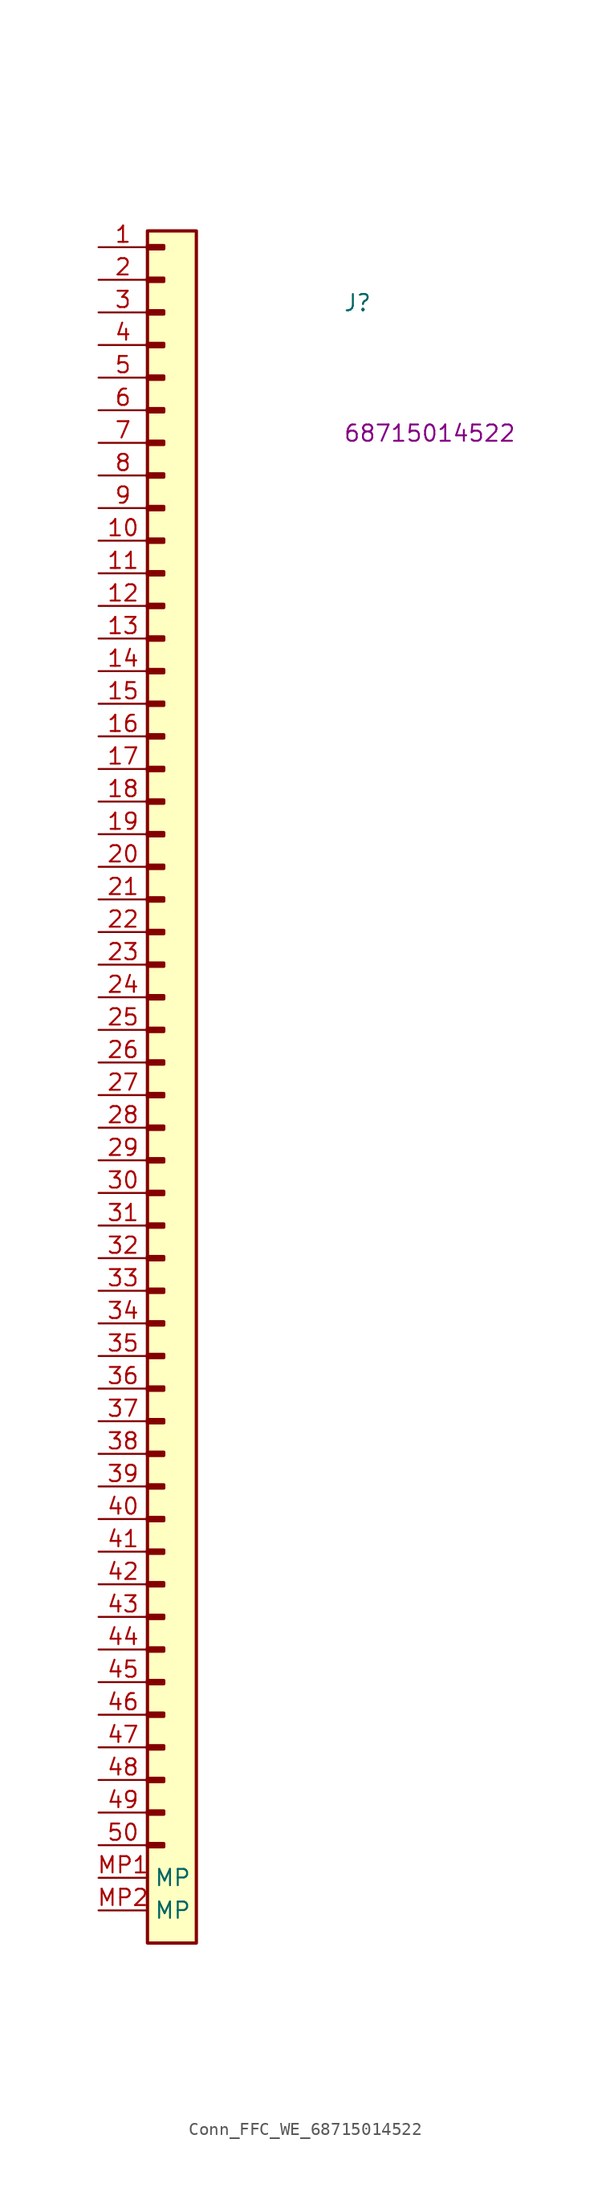
<source format=kicad_sym>
(kicad_symbol_lib
  (version 20220914)
  (generator kicad_symbol_editor)
  (symbol "Conn_FFC_WE_68715014522"
    (property "Reference" "J"
      (at 19.05 -5.08 0)
      (effects (font (size 1.27 1.27) (thickness 0.15)) (justify left bottom)))
    (property "MPN" "68715014522"
      (at 19.05 -15.24 0)
      (effects (font (size 1.27 1.27) (thickness 0.15)) (justify left bottom)))
    (symbol "Conn_FFC_WE_68715014522_1_1"
      (rectangle (start 3.81 -124.333) (end 5.08 -124.587) (stroke (width 0.254) (type default)) (fill (type background)))
      (rectangle (start 3.81 -121.793) (end 5.08 -122.047) (stroke (width 0.254) (type default)) (fill (type background)))
      (rectangle (start 3.81 -119.253) (end 5.08 -119.507) (stroke (width 0.254) (type default)) (fill (type background)))
      (rectangle (start 3.81 -116.713) (end 5.08 -116.967) (stroke (width 0.254) (type default)) (fill (type background)))
      (rectangle (start 3.81 -114.173) (end 5.08 -114.427) (stroke (width 0.254) (type default)) (fill (type background)))
      (rectangle (start 3.81 -111.633) (end 5.08 -111.887) (stroke (width 0.254) (type default)) (fill (type background)))
      (rectangle (start 3.81 -109.093) (end 5.08 -109.347) (stroke (width 0.254) (type default)) (fill (type background)))
      (rectangle (start 3.81 -106.553) (end 5.08 -106.807) (stroke (width 0.254) (type default)) (fill (type background)))
      (rectangle (start 3.81 -104.013) (end 5.08 -104.267) (stroke (width 0.254) (type default)) (fill (type background)))
      (rectangle (start 3.81 -101.473) (end 5.08 -101.727) (stroke (width 0.254) (type default)) (fill (type background)))
      (rectangle (start 3.81 -98.933) (end 5.08 -99.187) (stroke (width 0.254) (type default)) (fill (type background)))
      (rectangle (start 3.81 -96.393) (end 5.08 -96.647) (stroke (width 0.254) (type default)) (fill (type background)))
      (rectangle (start 3.81 -93.853) (end 5.08 -94.107) (stroke (width 0.254) (type default)) (fill (type background)))
      (rectangle (start 3.81 -91.313) (end 5.08 -91.567) (stroke (width 0.254) (type default)) (fill (type background)))
      (rectangle (start 3.81 -88.773) (end 5.08 -89.027) (stroke (width 0.254) (type default)) (fill (type background)))
      (rectangle (start 3.81 -86.233) (end 5.08 -86.487) (stroke (width 0.254) (type default)) (fill (type background)))
      (rectangle (start 3.81 -83.693) (end 5.08 -83.947) (stroke (width 0.254) (type default)) (fill (type background)))
      (rectangle (start 3.81 -81.153) (end 5.08 -81.407) (stroke (width 0.254) (type default)) (fill (type background)))
      (rectangle (start 3.81 -78.613) (end 5.08 -78.867) (stroke (width 0.254) (type default)) (fill (type background)))
      (rectangle (start 3.81 -76.073) (end 5.08 -76.327) (stroke (width 0.254) (type default)) (fill (type background)))
      (rectangle (start 3.81 -73.533) (end 5.08 -73.787) (stroke (width 0.254) (type default)) (fill (type background)))
      (rectangle (start 3.81 -70.993) (end 5.08 -71.247) (stroke (width 0.254) (type default)) (fill (type background)))
      (rectangle (start 3.81 -68.453) (end 5.08 -68.707) (stroke (width 0.254) (type default)) (fill (type background)))
      (rectangle (start 3.81 -65.913) (end 5.08 -66.167) (stroke (width 0.254) (type default)) (fill (type background)))
      (rectangle (start 3.81 -63.373) (end 5.08 -63.627) (stroke (width 0.254) (type default)) (fill (type background)))
      (rectangle (start 3.81 -60.833) (end 5.08 -61.087) (stroke (width 0.254) (type default)) (fill (type background)))
      (rectangle (start 3.81 -58.293) (end 5.08 -58.547) (stroke (width 0.254) (type default)) (fill (type background)))
      (rectangle (start 3.81 -55.753) (end 5.08 -56.007) (stroke (width 0.254) (type default)) (fill (type background)))
      (rectangle (start 3.81 -53.213) (end 5.08 -53.467) (stroke (width 0.254) (type default)) (fill (type background)))
      (rectangle (start 3.81 -50.673) (end 5.08 -50.927) (stroke (width 0.254) (type default)) (fill (type background)))
      (rectangle (start 3.81 -48.133) (end 5.08 -48.387) (stroke (width 0.254) (type default)) (fill (type background)))
      (rectangle (start 3.81 -45.593) (end 5.08 -45.847) (stroke (width 0.254) (type default)) (fill (type background)))
      (rectangle (start 3.81 -43.053) (end 5.08 -43.307) (stroke (width 0.254) (type default)) (fill (type background)))
      (rectangle (start 3.81 -40.513) (end 5.08 -40.767) (stroke (width 0.254) (type default)) (fill (type background)))
      (rectangle (start 3.81 -37.973) (end 5.08 -38.227) (stroke (width 0.254) (type default)) (fill (type background)))
      (rectangle (start 3.81 -35.433) (end 5.08 -35.687) (stroke (width 0.254) (type default)) (fill (type background)))
      (rectangle (start 3.81 -32.893) (end 5.08 -33.147) (stroke (width 0.254) (type default)) (fill (type background)))
      (rectangle (start 3.81 -30.353) (end 5.08 -30.607) (stroke (width 0.254) (type default)) (fill (type background)))
      (rectangle (start 3.81 -27.813) (end 5.08 -28.067) (stroke (width 0.254) (type default)) (fill (type background)))
      (rectangle (start 3.81 -25.273) (end 5.08 -25.527) (stroke (width 0.254) (type default)) (fill (type background)))
      (rectangle (start 3.81 -22.733) (end 5.08 -22.987) (stroke (width 0.254) (type default)) (fill (type background)))
      (rectangle (start 3.81 -20.193) (end 5.08 -20.447) (stroke (width 0.254) (type default)) (fill (type background)))
      (rectangle (start 3.81 -17.653) (end 5.08 -17.907) (stroke (width 0.254) (type default)) (fill (type background)))
      (rectangle (start 3.81 -15.113) (end 5.08 -15.367) (stroke (width 0.254) (type default)) (fill (type background)))
      (rectangle (start 3.81 -12.573) (end 5.08 -12.827) (stroke (width 0.254) (type default)) (fill (type background)))
      (rectangle (start 3.81 -10.033) (end 5.08 -10.287) (stroke (width 0.254) (type default)) (fill (type background)))
      (rectangle (start 3.81 -7.493) (end 5.08 -7.747) (stroke (width 0.254) (type default)) (fill (type background)))
      (rectangle (start 3.81 -4.953) (end 5.08 -5.207) (stroke (width 0.254) (type default)) (fill (type background)))
      (rectangle (start 3.81 -2.413) (end 5.08 -2.667) (stroke (width 0.254) (type default)) (fill (type background)))
      (rectangle (start 3.81 0.127) (end 5.08 -0.127) (stroke (width 0.254) (type default)) (fill (type background)))
      (rectangle (start 3.81 1.27) (end 7.62 -132.08) (stroke (width 0.254) (type default)) (fill (type background)))
      (pin passive line (at 0 0 0) (length 3.81) (name "~" (effects (font (size 1.27 1.27)))) (number "1" (effects (font (size 1.27 1.27)))))
      (pin passive line (at 0 -22.86 0) (length 3.81) (name "~" (effects (font (size 1.27 1.27)))) (number "10" (effects (font (size 1.27 1.27)))))
      (pin passive line (at 0 -25.4 0) (length 3.81) (name "~" (effects (font (size 1.27 1.27)))) (number "11" (effects (font (size 1.27 1.27)))))
      (pin passive line (at 0 -27.94 0) (length 3.81) (name "~" (effects (font (size 1.27 1.27)))) (number "12" (effects (font (size 1.27 1.27)))))
      (pin passive line (at 0 -30.48 0) (length 3.81) (name "~" (effects (font (size 1.27 1.27)))) (number "13" (effects (font (size 1.27 1.27)))))
      (pin passive line (at 0 -33.02 0) (length 3.81) (name "~" (effects (font (size 1.27 1.27)))) (number "14" (effects (font (size 1.27 1.27)))))
      (pin passive line (at 0 -35.56 0) (length 3.81) (name "~" (effects (font (size 1.27 1.27)))) (number "15" (effects (font (size 1.27 1.27)))))
      (pin passive line (at 0 -38.1 0) (length 3.81) (name "~" (effects (font (size 1.27 1.27)))) (number "16" (effects (font (size 1.27 1.27)))))
      (pin passive line (at 0 -40.64 0) (length 3.81) (name "~" (effects (font (size 1.27 1.27)))) (number "17" (effects (font (size 1.27 1.27)))))
      (pin passive line (at 0 -43.18 0) (length 3.81) (name "~" (effects (font (size 1.27 1.27)))) (number "18" (effects (font (size 1.27 1.27)))))
      (pin passive line (at 0 -45.72 0) (length 3.81) (name "~" (effects (font (size 1.27 1.27)))) (number "19" (effects (font (size 1.27 1.27)))))
      (pin passive line (at 0 -2.54 0) (length 3.81) (name "~" (effects (font (size 1.27 1.27)))) (number "2" (effects (font (size 1.27 1.27)))))
      (pin passive line (at 0 -48.26 0) (length 3.81) (name "~" (effects (font (size 1.27 1.27)))) (number "20" (effects (font (size 1.27 1.27)))))
      (pin passive line (at 0 -50.8 0) (length 3.81) (name "~" (effects (font (size 1.27 1.27)))) (number "21" (effects (font (size 1.27 1.27)))))
      (pin passive line (at 0 -53.34 0) (length 3.81) (name "~" (effects (font (size 1.27 1.27)))) (number "22" (effects (font (size 1.27 1.27)))))
      (pin passive line (at 0 -55.88 0) (length 3.81) (name "~" (effects (font (size 1.27 1.27)))) (number "23" (effects (font (size 1.27 1.27)))))
      (pin passive line (at 0 -58.42 0) (length 3.81) (name "~" (effects (font (size 1.27 1.27)))) (number "24" (effects (font (size 1.27 1.27)))))
      (pin passive line (at 0 -60.96 0) (length 3.81) (name "~" (effects (font (size 1.27 1.27)))) (number "25" (effects (font (size 1.27 1.27)))))
      (pin passive line (at 0 -63.5 0) (length 3.81) (name "~" (effects (font (size 1.27 1.27)))) (number "26" (effects (font (size 1.27 1.27)))))
      (pin passive line (at 0 -66.04 0) (length 3.81) (name "~" (effects (font (size 1.27 1.27)))) (number "27" (effects (font (size 1.27 1.27)))))
      (pin passive line (at 0 -68.58 0) (length 3.81) (name "~" (effects (font (size 1.27 1.27)))) (number "28" (effects (font (size 1.27 1.27)))))
      (pin passive line (at 0 -71.12 0) (length 3.81) (name "~" (effects (font (size 1.27 1.27)))) (number "29" (effects (font (size 1.27 1.27)))))
      (pin passive line (at 0 -5.08 0) (length 3.81) (name "~" (effects (font (size 1.27 1.27)))) (number "3" (effects (font (size 1.27 1.27)))))
      (pin passive line (at 0 -73.66 0) (length 3.81) (name "~" (effects (font (size 1.27 1.27)))) (number "30" (effects (font (size 1.27 1.27)))))
      (pin passive line (at 0 -76.2 0) (length 3.81) (name "~" (effects (font (size 1.27 1.27)))) (number "31" (effects (font (size 1.27 1.27)))))
      (pin passive line (at 0 -78.74 0) (length 3.81) (name "~" (effects (font (size 1.27 1.27)))) (number "32" (effects (font (size 1.27 1.27)))))
      (pin passive line (at 0 -81.28 0) (length 3.81) (name "~" (effects (font (size 1.27 1.27)))) (number "33" (effects (font (size 1.27 1.27)))))
      (pin passive line (at 0 -83.82 0) (length 3.81) (name "~" (effects (font (size 1.27 1.27)))) (number "34" (effects (font (size 1.27 1.27)))))
      (pin passive line (at 0 -86.36 0) (length 3.81) (name "~" (effects (font (size 1.27 1.27)))) (number "35" (effects (font (size 1.27 1.27)))))
      (pin passive line (at 0 -88.9 0) (length 3.81) (name "~" (effects (font (size 1.27 1.27)))) (number "36" (effects (font (size 1.27 1.27)))))
      (pin passive line (at 0 -91.44 0) (length 3.81) (name "~" (effects (font (size 1.27 1.27)))) (number "37" (effects (font (size 1.27 1.27)))))
      (pin passive line (at 0 -93.98 0) (length 3.81) (name "~" (effects (font (size 1.27 1.27)))) (number "38" (effects (font (size 1.27 1.27)))))
      (pin passive line (at 0 -96.52 0) (length 3.81) (name "~" (effects (font (size 1.27 1.27)))) (number "39" (effects (font (size 1.27 1.27)))))
      (pin passive line (at 0 -7.62 0) (length 3.81) (name "~" (effects (font (size 1.27 1.27)))) (number "4" (effects (font (size 1.27 1.27)))))
      (pin passive line (at 0 -99.06 0) (length 3.81) (name "~" (effects (font (size 1.27 1.27)))) (number "40" (effects (font (size 1.27 1.27)))))
      (pin passive line (at 0 -101.6 0) (length 3.81) (name "~" (effects (font (size 1.27 1.27)))) (number "41" (effects (font (size 1.27 1.27)))))
      (pin passive line (at 0 -104.14 0) (length 3.81) (name "~" (effects (font (size 1.27 1.27)))) (number "42" (effects (font (size 1.27 1.27)))))
      (pin passive line (at 0 -106.68 0) (length 3.81) (name "~" (effects (font (size 1.27 1.27)))) (number "43" (effects (font (size 1.27 1.27)))))
      (pin passive line (at 0 -109.22 0) (length 3.81) (name "~" (effects (font (size 1.27 1.27)))) (number "44" (effects (font (size 1.27 1.27)))))
      (pin passive line (at 0 -111.76 0) (length 3.81) (name "~" (effects (font (size 1.27 1.27)))) (number "45" (effects (font (size 1.27 1.27)))))
      (pin passive line (at 0 -114.3 0) (length 3.81) (name "~" (effects (font (size 1.27 1.27)))) (number "46" (effects (font (size 1.27 1.27)))))
      (pin passive line (at 0 -116.84 0) (length 3.81) (name "~" (effects (font (size 1.27 1.27)))) (number "47" (effects (font (size 1.27 1.27)))))
      (pin passive line (at 0 -119.38 0) (length 3.81) (name "~" (effects (font (size 1.27 1.27)))) (number "48" (effects (font (size 1.27 1.27)))))
      (pin passive line (at 0 -121.92 0) (length 3.81) (name "~" (effects (font (size 1.27 1.27)))) (number "49" (effects (font (size 1.27 1.27)))))
      (pin passive line (at 0 -10.16 0) (length 3.81) (name "~" (effects (font (size 1.27 1.27)))) (number "5" (effects (font (size 1.27 1.27)))))
      (pin passive line (at 0 -124.46 0) (length 3.81) (name "~" (effects (font (size 1.27 1.27)))) (number "50" (effects (font (size 1.27 1.27)))))
      (pin passive line (at 0 -12.7 0) (length 3.81) (name "~" (effects (font (size 1.27 1.27)))) (number "6" (effects (font (size 1.27 1.27)))))
      (pin passive line (at 0 -15.24 0) (length 3.81) (name "~" (effects (font (size 1.27 1.27)))) (number "7" (effects (font (size 1.27 1.27)))))
      (pin passive line (at 0 -17.78 0) (length 3.81) (name "~" (effects (font (size 1.27 1.27)))) (number "8" (effects (font (size 1.27 1.27)))))
      (pin passive line (at 0 -20.32 0) (length 3.81) (name "~" (effects (font (size 1.27 1.27)))) (number "9" (effects (font (size 1.27 1.27)))))
      (pin passive line (at 0 -127 0) (length 3.81) (name "MP" (effects (font (size 1.27 1.27)))) (number "MP1" (effects (font (size 1.27 1.27)))))
      (pin passive line (at 0 -129.54 0) (length 3.81) (name "MP" (effects (font (size 1.27 1.27)))) (number "MP2" (effects (font (size 1.27 1.27))))))))
</source>
